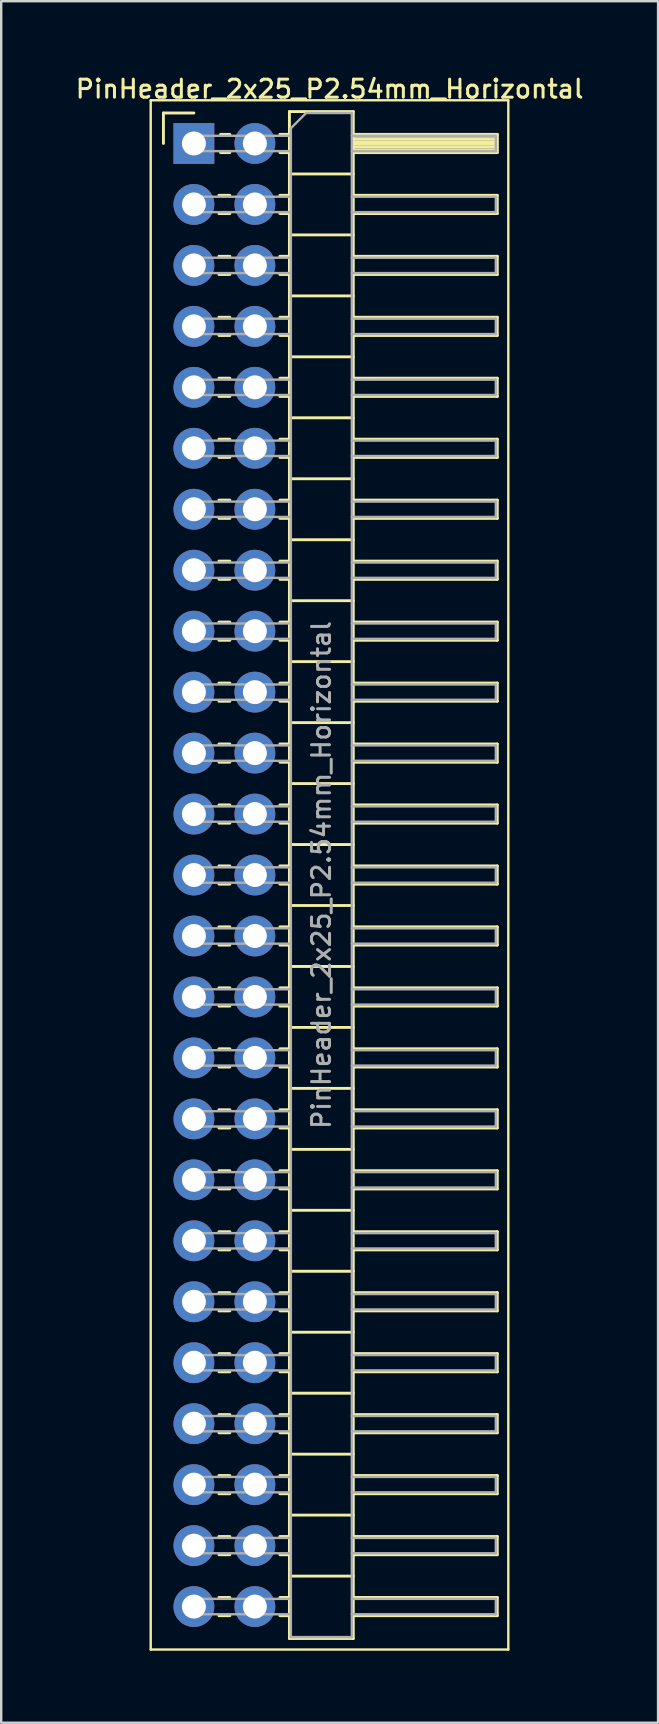
<source format=kicad_pcb>
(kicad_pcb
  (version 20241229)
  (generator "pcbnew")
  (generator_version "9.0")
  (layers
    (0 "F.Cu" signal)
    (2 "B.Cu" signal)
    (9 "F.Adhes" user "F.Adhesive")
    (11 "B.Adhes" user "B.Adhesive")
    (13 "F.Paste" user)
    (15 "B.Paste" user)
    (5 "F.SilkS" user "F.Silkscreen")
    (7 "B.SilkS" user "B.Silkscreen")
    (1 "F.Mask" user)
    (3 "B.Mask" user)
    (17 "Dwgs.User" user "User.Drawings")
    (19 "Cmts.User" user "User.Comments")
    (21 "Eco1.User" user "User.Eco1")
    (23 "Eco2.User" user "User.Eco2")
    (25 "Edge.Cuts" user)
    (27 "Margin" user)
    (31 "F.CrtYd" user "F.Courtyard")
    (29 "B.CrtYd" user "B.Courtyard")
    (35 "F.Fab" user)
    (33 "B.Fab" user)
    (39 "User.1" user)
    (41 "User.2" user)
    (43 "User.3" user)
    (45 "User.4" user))
  (footprint "PinHeader_2x25_P2.54mm_Horizontal"
    (layer "F.Cu")
    (at 5.029 2.928)
    (property "Reference" "PinHeader_2x25_P2.54mm_Horizontal" (at 5.655 -2.27 0) (layer "F.SilkS") (effects (font (size 0.75 0.75) (thickness 0.125))))
    (attr through_hole)
    (fp_line (start -1.8 -1.8) (end -1.8 62.75) (stroke (width 0.1) (type solid)) (layer "F.SilkS"))
    (fp_line (start -1.8 62.75) (end 13.1 62.75) (stroke (width 0.1) (type solid)) (layer "F.SilkS"))
    (fp_line (start -1.27 -1.27) (end 0 -1.27) (stroke (width 0.12) (type solid)) (layer "F.SilkS"))
    (fp_line (start -1.27 0) (end -1.27 -1.27) (stroke (width 0.12) (type solid)) (layer "F.SilkS"))
    (fp_line (start 1.043 2.16) (end 1.497 2.16) (stroke (width 0.12) (type solid)) (layer "F.SilkS"))
    (fp_line (start 1.043 2.92) (end 1.497 2.92) (stroke (width 0.12) (type solid)) (layer "F.SilkS"))
    (fp_line (start 1.043 4.7) (end 1.497 4.7) (stroke (width 0.12) (type solid)) (layer "F.SilkS"))
    (fp_line (start 1.043 5.46) (end 1.497 5.46) (stroke (width 0.12) (type solid)) (layer "F.SilkS"))
    (fp_line (start 1.043 7.24) (end 1.497 7.24) (stroke (width 0.12) (type solid)) (layer "F.SilkS"))
    (fp_line (start 1.043 8) (end 1.497 8) (stroke (width 0.12) (type solid)) (layer "F.SilkS"))
    (fp_line (start 1.043 9.78) (end 1.497 9.78) (stroke (width 0.12) (type solid)) (layer "F.SilkS"))
    (fp_line (start 1.043 10.54) (end 1.497 10.54) (stroke (width 0.12) (type solid)) (layer "F.SilkS"))
    (fp_line (start 1.043 12.32) (end 1.497 12.32) (stroke (width 0.12) (type solid)) (layer "F.SilkS"))
    (fp_line (start 1.043 13.08) (end 1.497 13.08) (stroke (width 0.12) (type solid)) (layer "F.SilkS"))
    (fp_line (start 1.043 14.86) (end 1.497 14.86) (stroke (width 0.12) (type solid)) (layer "F.SilkS"))
    (fp_line (start 1.043 15.62) (end 1.497 15.62) (stroke (width 0.12) (type solid)) (layer "F.SilkS"))
    (fp_line (start 1.043 17.4) (end 1.497 17.4) (stroke (width 0.12) (type solid)) (layer "F.SilkS"))
    (fp_line (start 1.043 18.16) (end 1.497 18.16) (stroke (width 0.12) (type solid)) (layer "F.SilkS"))
    (fp_line (start 1.043 19.94) (end 1.497 19.94) (stroke (width 0.12) (type solid)) (layer "F.SilkS"))
    (fp_line (start 1.043 20.7) (end 1.497 20.7) (stroke (width 0.12) (type solid)) (layer "F.SilkS"))
    (fp_line (start 1.043 22.48) (end 1.497 22.48) (stroke (width 0.12) (type solid)) (layer "F.SilkS"))
    (fp_line (start 1.043 23.24) (end 1.497 23.24) (stroke (width 0.12) (type solid)) (layer "F.SilkS"))
    (fp_line (start 1.043 25.02) (end 1.497 25.02) (stroke (width 0.12) (type solid)) (layer "F.SilkS"))
    (fp_line (start 1.043 25.78) (end 1.497 25.78) (stroke (width 0.12) (type solid)) (layer "F.SilkS"))
    (fp_line (start 1.043 27.56) (end 1.497 27.56) (stroke (width 0.12) (type solid)) (layer "F.SilkS"))
    (fp_line (start 1.043 28.32) (end 1.497 28.32) (stroke (width 0.12) (type solid)) (layer "F.SilkS"))
    (fp_line (start 1.043 30.1) (end 1.497 30.1) (stroke (width 0.12) (type solid)) (layer "F.SilkS"))
    (fp_line (start 1.043 30.86) (end 1.497 30.86) (stroke (width 0.12) (type solid)) (layer "F.SilkS"))
    (fp_line (start 1.043 32.64) (end 1.497 32.64) (stroke (width 0.12) (type solid)) (layer "F.SilkS"))
    (fp_line (start 1.043 33.4) (end 1.497 33.4) (stroke (width 0.12) (type solid)) (layer "F.SilkS"))
    (fp_line (start 1.043 35.18) (end 1.497 35.18) (stroke (width 0.12) (type solid)) (layer "F.SilkS"))
    (fp_line (start 1.043 35.94) (end 1.497 35.94) (stroke (width 0.12) (type solid)) (layer "F.SilkS"))
    (fp_line (start 1.043 37.72) (end 1.497 37.72) (stroke (width 0.12) (type solid)) (layer "F.SilkS"))
    (fp_line (start 1.043 38.48) (end 1.497 38.48) (stroke (width 0.12) (type solid)) (layer "F.SilkS"))
    (fp_line (start 1.043 40.26) (end 1.497 40.26) (stroke (width 0.12) (type solid)) (layer "F.SilkS"))
    (fp_line (start 1.043 41.02) (end 1.497 41.02) (stroke (width 0.12) (type solid)) (layer "F.SilkS"))
    (fp_line (start 1.043 42.8) (end 1.497 42.8) (stroke (width 0.12) (type solid)) (layer "F.SilkS"))
    (fp_line (start 1.043 43.56) (end 1.497 43.56) (stroke (width 0.12) (type solid)) (layer "F.SilkS"))
    (fp_line (start 1.043 45.34) (end 1.497 45.34) (stroke (width 0.12) (type solid)) (layer "F.SilkS"))
    (fp_line (start 1.043 46.1) (end 1.497 46.1) (stroke (width 0.12) (type solid)) (layer "F.SilkS"))
    (fp_line (start 1.043 47.88) (end 1.497 47.88) (stroke (width 0.12) (type solid)) (layer "F.SilkS"))
    (fp_line (start 1.043 48.64) (end 1.497 48.64) (stroke (width 0.12) (type solid)) (layer "F.SilkS"))
    (fp_line (start 1.043 50.42) (end 1.497 50.42) (stroke (width 0.12) (type solid)) (layer "F.SilkS"))
    (fp_line (start 1.043 51.18) (end 1.497 51.18) (stroke (width 0.12) (type solid)) (layer "F.SilkS"))
    (fp_line (start 1.043 52.96) (end 1.497 52.96) (stroke (width 0.12) (type solid)) (layer "F.SilkS"))
    (fp_line (start 1.043 53.72) (end 1.497 53.72) (stroke (width 0.12) (type solid)) (layer "F.SilkS"))
    (fp_line (start 1.043 55.5) (end 1.497 55.5) (stroke (width 0.12) (type solid)) (layer "F.SilkS"))
    (fp_line (start 1.043 56.26) (end 1.497 56.26) (stroke (width 0.12) (type solid)) (layer "F.SilkS"))
    (fp_line (start 1.043 58.04) (end 1.497 58.04) (stroke (width 0.12) (type solid)) (layer "F.SilkS"))
    (fp_line (start 1.043 58.8) (end 1.497 58.8) (stroke (width 0.12) (type solid)) (layer "F.SilkS"))
    (fp_line (start 1.043 60.58) (end 1.497 60.58) (stroke (width 0.12) (type solid)) (layer "F.SilkS"))
    (fp_line (start 1.043 61.34) (end 1.497 61.34) (stroke (width 0.12) (type solid)) (layer "F.SilkS"))
    (fp_line (start 1.11 -0.38) (end 1.497 -0.38) (stroke (width 0.12) (type solid)) (layer "F.SilkS"))
    (fp_line (start 1.11 0.38) (end 1.497 0.38) (stroke (width 0.12) (type solid)) (layer "F.SilkS"))
    (fp_line (start 3.583 -0.38) (end 3.98 -0.38) (stroke (width 0.12) (type solid)) (layer "F.SilkS"))
    (fp_line (start 3.583 0.38) (end 3.98 0.38) (stroke (width 0.12) (type solid)) (layer "F.SilkS"))
    (fp_line (start 3.583 2.16) (end 3.98 2.16) (stroke (width 0.12) (type solid)) (layer "F.SilkS"))
    (fp_line (start 3.583 2.92) (end 3.98 2.92) (stroke (width 0.12) (type solid)) (layer "F.SilkS"))
    (fp_line (start 3.583 4.7) (end 3.98 4.7) (stroke (width 0.12) (type solid)) (layer "F.SilkS"))
    (fp_line (start 3.583 5.46) (end 3.98 5.46) (stroke (width 0.12) (type solid)) (layer "F.SilkS"))
    (fp_line (start 3.583 7.24) (end 3.98 7.24) (stroke (width 0.12) (type solid)) (layer "F.SilkS"))
    (fp_line (start 3.583 8) (end 3.98 8) (stroke (width 0.12) (type solid)) (layer "F.SilkS"))
    (fp_line (start 3.583 9.78) (end 3.98 9.78) (stroke (width 0.12) (type solid)) (layer "F.SilkS"))
    (fp_line (start 3.583 10.54) (end 3.98 10.54) (stroke (width 0.12) (type solid)) (layer "F.SilkS"))
    (fp_line (start 3.583 12.32) (end 3.98 12.32) (stroke (width 0.12) (type solid)) (layer "F.SilkS"))
    (fp_line (start 3.583 13.08) (end 3.98 13.08) (stroke (width 0.12) (type solid)) (layer "F.SilkS"))
    (fp_line (start 3.583 14.86) (end 3.98 14.86) (stroke (width 0.12) (type solid)) (layer "F.SilkS"))
    (fp_line (start 3.583 15.62) (end 3.98 15.62) (stroke (width 0.12) (type solid)) (layer "F.SilkS"))
    (fp_line (start 3.583 17.4) (end 3.98 17.4) (stroke (width 0.12) (type solid)) (layer "F.SilkS"))
    (fp_line (start 3.583 18.16) (end 3.98 18.16) (stroke (width 0.12) (type solid)) (layer "F.SilkS"))
    (fp_line (start 3.583 19.94) (end 3.98 19.94) (stroke (width 0.12) (type solid)) (layer "F.SilkS"))
    (fp_line (start 3.583 20.7) (end 3.98 20.7) (stroke (width 0.12) (type solid)) (layer "F.SilkS"))
    (fp_line (start 3.583 22.48) (end 3.98 22.48) (stroke (width 0.12) (type solid)) (layer "F.SilkS"))
    (fp_line (start 3.583 23.24) (end 3.98 23.24) (stroke (width 0.12) (type solid)) (layer "F.SilkS"))
    (fp_line (start 3.583 25.02) (end 3.98 25.02) (stroke (width 0.12) (type solid)) (layer "F.SilkS"))
    (fp_line (start 3.583 25.78) (end 3.98 25.78) (stroke (width 0.12) (type solid)) (layer "F.SilkS"))
    (fp_line (start 3.583 27.56) (end 3.98 27.56) (stroke (width 0.12) (type solid)) (layer "F.SilkS"))
    (fp_line (start 3.583 28.32) (end 3.98 28.32) (stroke (width 0.12) (type solid)) (layer "F.SilkS"))
    (fp_line (start 3.583 30.1) (end 3.98 30.1) (stroke (width 0.12) (type solid)) (layer "F.SilkS"))
    (fp_line (start 3.583 30.86) (end 3.98 30.86) (stroke (width 0.12) (type solid)) (layer "F.SilkS"))
    (fp_line (start 3.583 32.64) (end 3.98 32.64) (stroke (width 0.12) (type solid)) (layer "F.SilkS"))
    (fp_line (start 3.583 33.4) (end 3.98 33.4) (stroke (width 0.12) (type solid)) (layer "F.SilkS"))
    (fp_line (start 3.583 35.18) (end 3.98 35.18) (stroke (width 0.12) (type solid)) (layer "F.SilkS"))
    (fp_line (start 3.583 35.94) (end 3.98 35.94) (stroke (width 0.12) (type solid)) (layer "F.SilkS"))
    (fp_line (start 3.583 37.72) (end 3.98 37.72) (stroke (width 0.12) (type solid)) (layer "F.SilkS"))
    (fp_line (start 3.583 38.48) (end 3.98 38.48) (stroke (width 0.12) (type solid)) (layer "F.SilkS"))
    (fp_line (start 3.583 40.26) (end 3.98 40.26) (stroke (width 0.12) (type solid)) (layer "F.SilkS"))
    (fp_line (start 3.583 41.02) (end 3.98 41.02) (stroke (width 0.12) (type solid)) (layer "F.SilkS"))
    (fp_line (start 3.583 42.8) (end 3.98 42.8) (stroke (width 0.12) (type solid)) (layer "F.SilkS"))
    (fp_line (start 3.583 43.56) (end 3.98 43.56) (stroke (width 0.12) (type solid)) (layer "F.SilkS"))
    (fp_line (start 3.583 45.34) (end 3.98 45.34) (stroke (width 0.12) (type solid)) (layer "F.SilkS"))
    (fp_line (start 3.583 46.1) (end 3.98 46.1) (stroke (width 0.12) (type solid)) (layer "F.SilkS"))
    (fp_line (start 3.583 47.88) (end 3.98 47.88) (stroke (width 0.12) (type solid)) (layer "F.SilkS"))
    (fp_line (start 3.583 48.64) (end 3.98 48.64) (stroke (width 0.12) (type solid)) (layer "F.SilkS"))
    (fp_line (start 3.583 50.42) (end 3.98 50.42) (stroke (width 0.12) (type solid)) (layer "F.SilkS"))
    (fp_line (start 3.583 51.18) (end 3.98 51.18) (stroke (width 0.12) (type solid)) (layer "F.SilkS"))
    (fp_line (start 3.583 52.96) (end 3.98 52.96) (stroke (width 0.12) (type solid)) (layer "F.SilkS"))
    (fp_line (start 3.583 53.72) (end 3.98 53.72) (stroke (width 0.12) (type solid)) (layer "F.SilkS"))
    (fp_line (start 3.583 55.5) (end 3.98 55.5) (stroke (width 0.12) (type solid)) (layer "F.SilkS"))
    (fp_line (start 3.583 56.26) (end 3.98 56.26) (stroke (width 0.12) (type solid)) (layer "F.SilkS"))
    (fp_line (start 3.583 58.04) (end 3.98 58.04) (stroke (width 0.12) (type solid)) (layer "F.SilkS"))
    (fp_line (start 3.583 58.8) (end 3.98 58.8) (stroke (width 0.12) (type solid)) (layer "F.SilkS"))
    (fp_line (start 3.583 60.58) (end 3.98 60.58) (stroke (width 0.12) (type solid)) (layer "F.SilkS"))
    (fp_line (start 3.583 61.34) (end 3.98 61.34) (stroke (width 0.12) (type solid)) (layer "F.SilkS"))
    (fp_line (start 3.98 -1.33) (end 3.98 62.29) (stroke (width 0.12) (type solid)) (layer "F.SilkS"))
    (fp_line (start 3.98 1.27) (end 6.64 1.27) (stroke (width 0.12) (type solid)) (layer "F.SilkS"))
    (fp_line (start 3.98 3.81) (end 6.64 3.81) (stroke (width 0.12) (type solid)) (layer "F.SilkS"))
    (fp_line (start 3.98 6.35) (end 6.64 6.35) (stroke (width 0.12) (type solid)) (layer "F.SilkS"))
    (fp_line (start 3.98 8.89) (end 6.64 8.89) (stroke (width 0.12) (type solid)) (layer "F.SilkS"))
    (fp_line (start 3.98 11.43) (end 6.64 11.43) (stroke (width 0.12) (type solid)) (layer "F.SilkS"))
    (fp_line (start 3.98 13.97) (end 6.64 13.97) (stroke (width 0.12) (type solid)) (layer "F.SilkS"))
    (fp_line (start 3.98 16.51) (end 6.64 16.51) (stroke (width 0.12) (type solid)) (layer "F.SilkS"))
    (fp_line (start 3.98 19.05) (end 6.64 19.05) (stroke (width 0.12) (type solid)) (layer "F.SilkS"))
    (fp_line (start 3.98 21.59) (end 6.64 21.59) (stroke (width 0.12) (type solid)) (layer "F.SilkS"))
    (fp_line (start 3.98 24.13) (end 6.64 24.13) (stroke (width 0.12) (type solid)) (layer "F.SilkS"))
    (fp_line (start 3.98 26.67) (end 6.64 26.67) (stroke (width 0.12) (type solid)) (layer "F.SilkS"))
    (fp_line (start 3.98 29.21) (end 6.64 29.21) (stroke (width 0.12) (type solid)) (layer "F.SilkS"))
    (fp_line (start 3.98 31.75) (end 6.64 31.75) (stroke (width 0.12) (type solid)) (layer "F.SilkS"))
    (fp_line (start 3.98 34.29) (end 6.64 34.29) (stroke (width 0.12) (type solid)) (layer "F.SilkS"))
    (fp_line (start 3.98 36.83) (end 6.64 36.83) (stroke (width 0.12) (type solid)) (layer "F.SilkS"))
    (fp_line (start 3.98 39.37) (end 6.64 39.37) (stroke (width 0.12) (type solid)) (layer "F.SilkS"))
    (fp_line (start 3.98 41.91) (end 6.64 41.91) (stroke (width 0.12) (type solid)) (layer "F.SilkS"))
    (fp_line (start 3.98 44.45) (end 6.64 44.45) (stroke (width 0.12) (type solid)) (layer "F.SilkS"))
    (fp_line (start 3.98 46.99) (end 6.64 46.99) (stroke (width 0.12) (type solid)) (layer "F.SilkS"))
    (fp_line (start 3.98 49.53) (end 6.64 49.53) (stroke (width 0.12) (type solid)) (layer "F.SilkS"))
    (fp_line (start 3.98 52.07) (end 6.64 52.07) (stroke (width 0.12) (type solid)) (layer "F.SilkS"))
    (fp_line (start 3.98 54.61) (end 6.64 54.61) (stroke (width 0.12) (type solid)) (layer "F.SilkS"))
    (fp_line (start 3.98 57.15) (end 6.64 57.15) (stroke (width 0.12) (type solid)) (layer "F.SilkS"))
    (fp_line (start 3.98 59.69) (end 6.64 59.69) (stroke (width 0.12) (type solid)) (layer "F.SilkS"))
    (fp_line (start 3.98 62.29) (end 6.64 62.29) (stroke (width 0.12) (type solid)) (layer "F.SilkS"))
    (fp_line (start 6.64 -1.33) (end 3.98 -1.33) (stroke (width 0.12) (type solid)) (layer "F.SilkS"))
    (fp_line (start 6.64 -0.38) (end 12.64 -0.38) (stroke (width 0.12) (type solid)) (layer "F.SilkS"))
    (fp_line (start 6.64 -0.32) (end 12.64 -0.32) (stroke (width 0.12) (type solid)) (layer "F.SilkS"))
    (fp_line (start 6.64 -0.2) (end 12.64 -0.2) (stroke (width 0.12) (type solid)) (layer "F.SilkS"))
    (fp_line (start 6.64 -0.08) (end 12.64 -0.08) (stroke (width 0.12) (type solid)) (layer "F.SilkS"))
    (fp_line (start 6.64 0.04) (end 12.64 0.04) (stroke (width 0.12) (type solid)) (layer "F.SilkS"))
    (fp_line (start 6.64 0.16) (end 12.64 0.16) (stroke (width 0.12) (type solid)) (layer "F.SilkS"))
    (fp_line (start 6.64 0.28) (end 12.64 0.28) (stroke (width 0.12) (type solid)) (layer "F.SilkS"))
    (fp_line (start 6.64 2.16) (end 12.64 2.16) (stroke (width 0.12) (type solid)) (layer "F.SilkS"))
    (fp_line (start 6.64 4.7) (end 12.64 4.7) (stroke (width 0.12) (type solid)) (layer "F.SilkS"))
    (fp_line (start 6.64 7.24) (end 12.64 7.24) (stroke (width 0.12) (type solid)) (layer "F.SilkS"))
    (fp_line (start 6.64 9.78) (end 12.64 9.78) (stroke (width 0.12) (type solid)) (layer "F.SilkS"))
    (fp_line (start 6.64 12.32) (end 12.64 12.32) (stroke (width 0.12) (type solid)) (layer "F.SilkS"))
    (fp_line (start 6.64 14.86) (end 12.64 14.86) (stroke (width 0.12) (type solid)) (layer "F.SilkS"))
    (fp_line (start 6.64 17.4) (end 12.64 17.4) (stroke (width 0.12) (type solid)) (layer "F.SilkS"))
    (fp_line (start 6.64 19.94) (end 12.64 19.94) (stroke (width 0.12) (type solid)) (layer "F.SilkS"))
    (fp_line (start 6.64 22.48) (end 12.64 22.48) (stroke (width 0.12) (type solid)) (layer "F.SilkS"))
    (fp_line (start 6.64 25.02) (end 12.64 25.02) (stroke (width 0.12) (type solid)) (layer "F.SilkS"))
    (fp_line (start 6.64 27.56) (end 12.64 27.56) (stroke (width 0.12) (type solid)) (layer "F.SilkS"))
    (fp_line (start 6.64 30.1) (end 12.64 30.1) (stroke (width 0.12) (type solid)) (layer "F.SilkS"))
    (fp_line (start 6.64 32.64) (end 12.64 32.64) (stroke (width 0.12) (type solid)) (layer "F.SilkS"))
    (fp_line (start 6.64 35.18) (end 12.64 35.18) (stroke (width 0.12) (type solid)) (layer "F.SilkS"))
    (fp_line (start 6.64 37.72) (end 12.64 37.72) (stroke (width 0.12) (type solid)) (layer "F.SilkS"))
    (fp_line (start 6.64 40.26) (end 12.64 40.26) (stroke (width 0.12) (type solid)) (layer "F.SilkS"))
    (fp_line (start 6.64 42.8) (end 12.64 42.8) (stroke (width 0.12) (type solid)) (layer "F.SilkS"))
    (fp_line (start 6.64 45.34) (end 12.64 45.34) (stroke (width 0.12) (type solid)) (layer "F.SilkS"))
    (fp_line (start 6.64 47.88) (end 12.64 47.88) (stroke (width 0.12) (type solid)) (layer "F.SilkS"))
    (fp_line (start 6.64 50.42) (end 12.64 50.42) (stroke (width 0.12) (type solid)) (layer "F.SilkS"))
    (fp_line (start 6.64 52.96) (end 12.64 52.96) (stroke (width 0.12) (type solid)) (layer "F.SilkS"))
    (fp_line (start 6.64 55.5) (end 12.64 55.5) (stroke (width 0.12) (type solid)) (layer "F.SilkS"))
    (fp_line (start 6.64 58.04) (end 12.64 58.04) (stroke (width 0.12) (type solid)) (layer "F.SilkS"))
    (fp_line (start 6.64 60.58) (end 12.64 60.58) (stroke (width 0.12) (type solid)) (layer "F.SilkS"))
    (fp_line (start 6.64 62.29) (end 6.64 -1.33) (stroke (width 0.12) (type solid)) (layer "F.SilkS"))
    (fp_line (start 12.64 -0.38) (end 12.64 0.38) (stroke (width 0.12) (type solid)) (layer "F.SilkS"))
    (fp_line (start 12.64 0.38) (end 6.64 0.38) (stroke (width 0.12) (type solid)) (layer "F.SilkS"))
    (fp_line (start 12.64 2.16) (end 12.64 2.92) (stroke (width 0.12) (type solid)) (layer "F.SilkS"))
    (fp_line (start 12.64 2.92) (end 6.64 2.92) (stroke (width 0.12) (type solid)) (layer "F.SilkS"))
    (fp_line (start 12.64 4.7) (end 12.64 5.46) (stroke (width 0.12) (type solid)) (layer "F.SilkS"))
    (fp_line (start 12.64 5.46) (end 6.64 5.46) (stroke (width 0.12) (type solid)) (layer "F.SilkS"))
    (fp_line (start 12.64 7.24) (end 12.64 8) (stroke (width 0.12) (type solid)) (layer "F.SilkS"))
    (fp_line (start 12.64 8) (end 6.64 8) (stroke (width 0.12) (type solid)) (layer "F.SilkS"))
    (fp_line (start 12.64 9.78) (end 12.64 10.54) (stroke (width 0.12) (type solid)) (layer "F.SilkS"))
    (fp_line (start 12.64 10.54) (end 6.64 10.54) (stroke (width 0.12) (type solid)) (layer "F.SilkS"))
    (fp_line (start 12.64 12.32) (end 12.64 13.08) (stroke (width 0.12) (type solid)) (layer "F.SilkS"))
    (fp_line (start 12.64 13.08) (end 6.64 13.08) (stroke (width 0.12) (type solid)) (layer "F.SilkS"))
    (fp_line (start 12.64 14.86) (end 12.64 15.62) (stroke (width 0.12) (type solid)) (layer "F.SilkS"))
    (fp_line (start 12.64 15.62) (end 6.64 15.62) (stroke (width 0.12) (type solid)) (layer "F.SilkS"))
    (fp_line (start 12.64 17.4) (end 12.64 18.16) (stroke (width 0.12) (type solid)) (layer "F.SilkS"))
    (fp_line (start 12.64 18.16) (end 6.64 18.16) (stroke (width 0.12) (type solid)) (layer "F.SilkS"))
    (fp_line (start 12.64 19.94) (end 12.64 20.7) (stroke (width 0.12) (type solid)) (layer "F.SilkS"))
    (fp_line (start 12.64 20.7) (end 6.64 20.7) (stroke (width 0.12) (type solid)) (layer "F.SilkS"))
    (fp_line (start 12.64 22.48) (end 12.64 23.24) (stroke (width 0.12) (type solid)) (layer "F.SilkS"))
    (fp_line (start 12.64 23.24) (end 6.64 23.24) (stroke (width 0.12) (type solid)) (layer "F.SilkS"))
    (fp_line (start 12.64 25.02) (end 12.64 25.78) (stroke (width 0.12) (type solid)) (layer "F.SilkS"))
    (fp_line (start 12.64 25.78) (end 6.64 25.78) (stroke (width 0.12) (type solid)) (layer "F.SilkS"))
    (fp_line (start 12.64 27.56) (end 12.64 28.32) (stroke (width 0.12) (type solid)) (layer "F.SilkS"))
    (fp_line (start 12.64 28.32) (end 6.64 28.32) (stroke (width 0.12) (type solid)) (layer "F.SilkS"))
    (fp_line (start 12.64 30.1) (end 12.64 30.86) (stroke (width 0.12) (type solid)) (layer "F.SilkS"))
    (fp_line (start 12.64 30.86) (end 6.64 30.86) (stroke (width 0.12) (type solid)) (layer "F.SilkS"))
    (fp_line (start 12.64 32.64) (end 12.64 33.4) (stroke (width 0.12) (type solid)) (layer "F.SilkS"))
    (fp_line (start 12.64 33.4) (end 6.64 33.4) (stroke (width 0.12) (type solid)) (layer "F.SilkS"))
    (fp_line (start 12.64 35.18) (end 12.64 35.94) (stroke (width 0.12) (type solid)) (layer "F.SilkS"))
    (fp_line (start 12.64 35.94) (end 6.64 35.94) (stroke (width 0.12) (type solid)) (layer "F.SilkS"))
    (fp_line (start 12.64 37.72) (end 12.64 38.48) (stroke (width 0.12) (type solid)) (layer "F.SilkS"))
    (fp_line (start 12.64 38.48) (end 6.64 38.48) (stroke (width 0.12) (type solid)) (layer "F.SilkS"))
    (fp_line (start 12.64 40.26) (end 12.64 41.02) (stroke (width 0.12) (type solid)) (layer "F.SilkS"))
    (fp_line (start 12.64 41.02) (end 6.64 41.02) (stroke (width 0.12) (type solid)) (layer "F.SilkS"))
    (fp_line (start 12.64 42.8) (end 12.64 43.56) (stroke (width 0.12) (type solid)) (layer "F.SilkS"))
    (fp_line (start 12.64 43.56) (end 6.64 43.56) (stroke (width 0.12) (type solid)) (layer "F.SilkS"))
    (fp_line (start 12.64 45.34) (end 12.64 46.1) (stroke (width 0.12) (type solid)) (layer "F.SilkS"))
    (fp_line (start 12.64 46.1) (end 6.64 46.1) (stroke (width 0.12) (type solid)) (layer "F.SilkS"))
    (fp_line (start 12.64 47.88) (end 12.64 48.64) (stroke (width 0.12) (type solid)) (layer "F.SilkS"))
    (fp_line (start 12.64 48.64) (end 6.64 48.64) (stroke (width 0.12) (type solid)) (layer "F.SilkS"))
    (fp_line (start 12.64 50.42) (end 12.64 51.18) (stroke (width 0.12) (type solid)) (layer "F.SilkS"))
    (fp_line (start 12.64 51.18) (end 6.64 51.18) (stroke (width 0.12) (type solid)) (layer "F.SilkS"))
    (fp_line (start 12.64 52.96) (end 12.64 53.72) (stroke (width 0.12) (type solid)) (layer "F.SilkS"))
    (fp_line (start 12.64 53.72) (end 6.64 53.72) (stroke (width 0.12) (type solid)) (layer "F.SilkS"))
    (fp_line (start 12.64 55.5) (end 12.64 56.26) (stroke (width 0.12) (type solid)) (layer "F.SilkS"))
    (fp_line (start 12.64 56.26) (end 6.64 56.26) (stroke (width 0.12) (type solid)) (layer "F.SilkS"))
    (fp_line (start 12.64 58.04) (end 12.64 58.8) (stroke (width 0.12) (type solid)) (layer "F.SilkS"))
    (fp_line (start 12.64 58.8) (end 6.64 58.8) (stroke (width 0.12) (type solid)) (layer "F.SilkS"))
    (fp_line (start 12.64 60.58) (end 12.64 61.34) (stroke (width 0.12) (type solid)) (layer "F.SilkS"))
    (fp_line (start 12.64 61.34) (end 6.64 61.34) (stroke (width 0.12) (type solid)) (layer "F.SilkS"))
    (fp_line (start 13.1 -1.8) (end -1.8 -1.8) (stroke (width 0.1) (type solid)) (layer "F.SilkS"))
    (fp_line (start 13.1 62.75) (end 13.1 -1.8) (stroke (width 0.1) (type solid)) (layer "F.SilkS"))
    (fp_line (start -0.32 -0.32) (end -0.32 0.32) (stroke (width 0.1) (type solid)) (layer "F.Fab"))
    (fp_line (start -0.32 -0.32) (end 4.04 -0.32) (stroke (width 0.1) (type solid)) (layer "F.Fab"))
    (fp_line (start -0.32 0.32) (end 4.04 0.32) (stroke (width 0.1) (type solid)) (layer "F.Fab"))
    (fp_line (start -0.32 2.22) (end -0.32 2.86) (stroke (width 0.1) (type solid)) (layer "F.Fab"))
    (fp_line (start -0.32 2.22) (end 4.04 2.22) (stroke (width 0.1) (type solid)) (layer "F.Fab"))
    (fp_line (start -0.32 2.86) (end 4.04 2.86) (stroke (width 0.1) (type solid)) (layer "F.Fab"))
    (fp_line (start -0.32 4.76) (end -0.32 5.4) (stroke (width 0.1) (type solid)) (layer "F.Fab"))
    (fp_line (start -0.32 4.76) (end 4.04 4.76) (stroke (width 0.1) (type solid)) (layer "F.Fab"))
    (fp_line (start -0.32 5.4) (end 4.04 5.4) (stroke (width 0.1) (type solid)) (layer "F.Fab"))
    (fp_line (start -0.32 7.3) (end -0.32 7.94) (stroke (width 0.1) (type solid)) (layer "F.Fab"))
    (fp_line (start -0.32 7.3) (end 4.04 7.3) (stroke (width 0.1) (type solid)) (layer "F.Fab"))
    (fp_line (start -0.32 7.94) (end 4.04 7.94) (stroke (width 0.1) (type solid)) (layer "F.Fab"))
    (fp_line (start -0.32 9.84) (end -0.32 10.48) (stroke (width 0.1) (type solid)) (layer "F.Fab"))
    (fp_line (start -0.32 9.84) (end 4.04 9.84) (stroke (width 0.1) (type solid)) (layer "F.Fab"))
    (fp_line (start -0.32 10.48) (end 4.04 10.48) (stroke (width 0.1) (type solid)) (layer "F.Fab"))
    (fp_line (start -0.32 12.38) (end -0.32 13.02) (stroke (width 0.1) (type solid)) (layer "F.Fab"))
    (fp_line (start -0.32 12.38) (end 4.04 12.38) (stroke (width 0.1) (type solid)) (layer "F.Fab"))
    (fp_line (start -0.32 13.02) (end 4.04 13.02) (stroke (width 0.1) (type solid)) (layer "F.Fab"))
    (fp_line (start -0.32 14.92) (end -0.32 15.56) (stroke (width 0.1) (type solid)) (layer "F.Fab"))
    (fp_line (start -0.32 14.92) (end 4.04 14.92) (stroke (width 0.1) (type solid)) (layer "F.Fab"))
    (fp_line (start -0.32 15.56) (end 4.04 15.56) (stroke (width 0.1) (type solid)) (layer "F.Fab"))
    (fp_line (start -0.32 17.46) (end -0.32 18.1) (stroke (width 0.1) (type solid)) (layer "F.Fab"))
    (fp_line (start -0.32 17.46) (end 4.04 17.46) (stroke (width 0.1) (type solid)) (layer "F.Fab"))
    (fp_line (start -0.32 18.1) (end 4.04 18.1) (stroke (width 0.1) (type solid)) (layer "F.Fab"))
    (fp_line (start -0.32 20) (end -0.32 20.64) (stroke (width 0.1) (type solid)) (layer "F.Fab"))
    (fp_line (start -0.32 20) (end 4.04 20) (stroke (width 0.1) (type solid)) (layer "F.Fab"))
    (fp_line (start -0.32 20.64) (end 4.04 20.64) (stroke (width 0.1) (type solid)) (layer "F.Fab"))
    (fp_line (start -0.32 22.54) (end -0.32 23.18) (stroke (width 0.1) (type solid)) (layer "F.Fab"))
    (fp_line (start -0.32 22.54) (end 4.04 22.54) (stroke (width 0.1) (type solid)) (layer "F.Fab"))
    (fp_line (start -0.32 23.18) (end 4.04 23.18) (stroke (width 0.1) (type solid)) (layer "F.Fab"))
    (fp_line (start -0.32 25.08) (end -0.32 25.72) (stroke (width 0.1) (type solid)) (layer "F.Fab"))
    (fp_line (start -0.32 25.08) (end 4.04 25.08) (stroke (width 0.1) (type solid)) (layer "F.Fab"))
    (fp_line (start -0.32 25.72) (end 4.04 25.72) (stroke (width 0.1) (type solid)) (layer "F.Fab"))
    (fp_line (start -0.32 27.62) (end -0.32 28.26) (stroke (width 0.1) (type solid)) (layer "F.Fab"))
    (fp_line (start -0.32 27.62) (end 4.04 27.62) (stroke (width 0.1) (type solid)) (layer "F.Fab"))
    (fp_line (start -0.32 28.26) (end 4.04 28.26) (stroke (width 0.1) (type solid)) (layer "F.Fab"))
    (fp_line (start -0.32 30.16) (end -0.32 30.8) (stroke (width 0.1) (type solid)) (layer "F.Fab"))
    (fp_line (start -0.32 30.16) (end 4.04 30.16) (stroke (width 0.1) (type solid)) (layer "F.Fab"))
    (fp_line (start -0.32 30.8) (end 4.04 30.8) (stroke (width 0.1) (type solid)) (layer "F.Fab"))
    (fp_line (start -0.32 32.7) (end -0.32 33.34) (stroke (width 0.1) (type solid)) (layer "F.Fab"))
    (fp_line (start -0.32 32.7) (end 4.04 32.7) (stroke (width 0.1) (type solid)) (layer "F.Fab"))
    (fp_line (start -0.32 33.34) (end 4.04 33.34) (stroke (width 0.1) (type solid)) (layer "F.Fab"))
    (fp_line (start -0.32 35.24) (end -0.32 35.88) (stroke (width 0.1) (type solid)) (layer "F.Fab"))
    (fp_line (start -0.32 35.24) (end 4.04 35.24) (stroke (width 0.1) (type solid)) (layer "F.Fab"))
    (fp_line (start -0.32 35.88) (end 4.04 35.88) (stroke (width 0.1) (type solid)) (layer "F.Fab"))
    (fp_line (start -0.32 37.78) (end -0.32 38.42) (stroke (width 0.1) (type solid)) (layer "F.Fab"))
    (fp_line (start -0.32 37.78) (end 4.04 37.78) (stroke (width 0.1) (type solid)) (layer "F.Fab"))
    (fp_line (start -0.32 38.42) (end 4.04 38.42) (stroke (width 0.1) (type solid)) (layer "F.Fab"))
    (fp_line (start -0.32 40.32) (end -0.32 40.96) (stroke (width 0.1) (type solid)) (layer "F.Fab"))
    (fp_line (start -0.32 40.32) (end 4.04 40.32) (stroke (width 0.1) (type solid)) (layer "F.Fab"))
    (fp_line (start -0.32 40.96) (end 4.04 40.96) (stroke (width 0.1) (type solid)) (layer "F.Fab"))
    (fp_line (start -0.32 42.86) (end -0.32 43.5) (stroke (width 0.1) (type solid)) (layer "F.Fab"))
    (fp_line (start -0.32 42.86) (end 4.04 42.86) (stroke (width 0.1) (type solid)) (layer "F.Fab"))
    (fp_line (start -0.32 43.5) (end 4.04 43.5) (stroke (width 0.1) (type solid)) (layer "F.Fab"))
    (fp_line (start -0.32 45.4) (end -0.32 46.04) (stroke (width 0.1) (type solid)) (layer "F.Fab"))
    (fp_line (start -0.32 45.4) (end 4.04 45.4) (stroke (width 0.1) (type solid)) (layer "F.Fab"))
    (fp_line (start -0.32 46.04) (end 4.04 46.04) (stroke (width 0.1) (type solid)) (layer "F.Fab"))
    (fp_line (start -0.32 47.94) (end -0.32 48.58) (stroke (width 0.1) (type solid)) (layer "F.Fab"))
    (fp_line (start -0.32 47.94) (end 4.04 47.94) (stroke (width 0.1) (type solid)) (layer "F.Fab"))
    (fp_line (start -0.32 48.58) (end 4.04 48.58) (stroke (width 0.1) (type solid)) (layer "F.Fab"))
    (fp_line (start -0.32 50.48) (end -0.32 51.12) (stroke (width 0.1) (type solid)) (layer "F.Fab"))
    (fp_line (start -0.32 50.48) (end 4.04 50.48) (stroke (width 0.1) (type solid)) (layer "F.Fab"))
    (fp_line (start -0.32 51.12) (end 4.04 51.12) (stroke (width 0.1) (type solid)) (layer "F.Fab"))
    (fp_line (start -0.32 53.02) (end -0.32 53.66) (stroke (width 0.1) (type solid)) (layer "F.Fab"))
    (fp_line (start -0.32 53.02) (end 4.04 53.02) (stroke (width 0.1) (type solid)) (layer "F.Fab"))
    (fp_line (start -0.32 53.66) (end 4.04 53.66) (stroke (width 0.1) (type solid)) (layer "F.Fab"))
    (fp_line (start -0.32 55.56) (end -0.32 56.2) (stroke (width 0.1) (type solid)) (layer "F.Fab"))
    (fp_line (start -0.32 55.56) (end 4.04 55.56) (stroke (width 0.1) (type solid)) (layer "F.Fab"))
    (fp_line (start -0.32 56.2) (end 4.04 56.2) (stroke (width 0.1) (type solid)) (layer "F.Fab"))
    (fp_line (start -0.32 58.1) (end -0.32 58.74) (stroke (width 0.1) (type solid)) (layer "F.Fab"))
    (fp_line (start -0.32 58.1) (end 4.04 58.1) (stroke (width 0.1) (type solid)) (layer "F.Fab"))
    (fp_line (start -0.32 58.74) (end 4.04 58.74) (stroke (width 0.1) (type solid)) (layer "F.Fab"))
    (fp_line (start -0.32 60.64) (end -0.32 61.28) (stroke (width 0.1) (type solid)) (layer "F.Fab"))
    (fp_line (start -0.32 60.64) (end 4.04 60.64) (stroke (width 0.1) (type solid)) (layer "F.Fab"))
    (fp_line (start -0.32 61.28) (end 4.04 61.28) (stroke (width 0.1) (type solid)) (layer "F.Fab"))
    (fp_line (start 4.04 -0.635) (end 4.675 -1.27) (stroke (width 0.1) (type solid)) (layer "F.Fab"))
    (fp_line (start 4.04 62.23) (end 4.04 -0.635) (stroke (width 0.1) (type solid)) (layer "F.Fab"))
    (fp_line (start 4.675 -1.27) (end 6.58 -1.27) (stroke (width 0.1) (type solid)) (layer "F.Fab"))
    (fp_line (start 6.58 -1.27) (end 6.58 62.23) (stroke (width 0.1) (type solid)) (layer "F.Fab"))
    (fp_line (start 6.58 -0.32) (end 12.58 -0.32) (stroke (width 0.1) (type solid)) (layer "F.Fab"))
    (fp_line (start 6.58 0.32) (end 12.58 0.32) (stroke (width 0.1) (type solid)) (layer "F.Fab"))
    (fp_line (start 6.58 2.22) (end 12.58 2.22) (stroke (width 0.1) (type solid)) (layer "F.Fab"))
    (fp_line (start 6.58 2.86) (end 12.58 2.86) (stroke (width 0.1) (type solid)) (layer "F.Fab"))
    (fp_line (start 6.58 4.76) (end 12.58 4.76) (stroke (width 0.1) (type solid)) (layer "F.Fab"))
    (fp_line (start 6.58 5.4) (end 12.58 5.4) (stroke (width 0.1) (type solid)) (layer "F.Fab"))
    (fp_line (start 6.58 7.3) (end 12.58 7.3) (stroke (width 0.1) (type solid)) (layer "F.Fab"))
    (fp_line (start 6.58 7.94) (end 12.58 7.94) (stroke (width 0.1) (type solid)) (layer "F.Fab"))
    (fp_line (start 6.58 9.84) (end 12.58 9.84) (stroke (width 0.1) (type solid)) (layer "F.Fab"))
    (fp_line (start 6.58 10.48) (end 12.58 10.48) (stroke (width 0.1) (type solid)) (layer "F.Fab"))
    (fp_line (start 6.58 12.38) (end 12.58 12.38) (stroke (width 0.1) (type solid)) (layer "F.Fab"))
    (fp_line (start 6.58 13.02) (end 12.58 13.02) (stroke (width 0.1) (type solid)) (layer "F.Fab"))
    (fp_line (start 6.58 14.92) (end 12.58 14.92) (stroke (width 0.1) (type solid)) (layer "F.Fab"))
    (fp_line (start 6.58 15.56) (end 12.58 15.56) (stroke (width 0.1) (type solid)) (layer "F.Fab"))
    (fp_line (start 6.58 17.46) (end 12.58 17.46) (stroke (width 0.1) (type solid)) (layer "F.Fab"))
    (fp_line (start 6.58 18.1) (end 12.58 18.1) (stroke (width 0.1) (type solid)) (layer "F.Fab"))
    (fp_line (start 6.58 20) (end 12.58 20) (stroke (width 0.1) (type solid)) (layer "F.Fab"))
    (fp_line (start 6.58 20.64) (end 12.58 20.64) (stroke (width 0.1) (type solid)) (layer "F.Fab"))
    (fp_line (start 6.58 22.54) (end 12.58 22.54) (stroke (width 0.1) (type solid)) (layer "F.Fab"))
    (fp_line (start 6.58 23.18) (end 12.58 23.18) (stroke (width 0.1) (type solid)) (layer "F.Fab"))
    (fp_line (start 6.58 25.08) (end 12.58 25.08) (stroke (width 0.1) (type solid)) (layer "F.Fab"))
    (fp_line (start 6.58 25.72) (end 12.58 25.72) (stroke (width 0.1) (type solid)) (layer "F.Fab"))
    (fp_line (start 6.58 27.62) (end 12.58 27.62) (stroke (width 0.1) (type solid)) (layer "F.Fab"))
    (fp_line (start 6.58 28.26) (end 12.58 28.26) (stroke (width 0.1) (type solid)) (layer "F.Fab"))
    (fp_line (start 6.58 30.16) (end 12.58 30.16) (stroke (width 0.1) (type solid)) (layer "F.Fab"))
    (fp_line (start 6.58 30.8) (end 12.58 30.8) (stroke (width 0.1) (type solid)) (layer "F.Fab"))
    (fp_line (start 6.58 32.7) (end 12.58 32.7) (stroke (width 0.1) (type solid)) (layer "F.Fab"))
    (fp_line (start 6.58 33.34) (end 12.58 33.34) (stroke (width 0.1) (type solid)) (layer "F.Fab"))
    (fp_line (start 6.58 35.24) (end 12.58 35.24) (stroke (width 0.1) (type solid)) (layer "F.Fab"))
    (fp_line (start 6.58 35.88) (end 12.58 35.88) (stroke (width 0.1) (type solid)) (layer "F.Fab"))
    (fp_line (start 6.58 37.78) (end 12.58 37.78) (stroke (width 0.1) (type solid)) (layer "F.Fab"))
    (fp_line (start 6.58 38.42) (end 12.58 38.42) (stroke (width 0.1) (type solid)) (layer "F.Fab"))
    (fp_line (start 6.58 40.32) (end 12.58 40.32) (stroke (width 0.1) (type solid)) (layer "F.Fab"))
    (fp_line (start 6.58 40.96) (end 12.58 40.96) (stroke (width 0.1) (type solid)) (layer "F.Fab"))
    (fp_line (start 6.58 42.86) (end 12.58 42.86) (stroke (width 0.1) (type solid)) (layer "F.Fab"))
    (fp_line (start 6.58 43.5) (end 12.58 43.5) (stroke (width 0.1) (type solid)) (layer "F.Fab"))
    (fp_line (start 6.58 45.4) (end 12.58 45.4) (stroke (width 0.1) (type solid)) (layer "F.Fab"))
    (fp_line (start 6.58 46.04) (end 12.58 46.04) (stroke (width 0.1) (type solid)) (layer "F.Fab"))
    (fp_line (start 6.58 47.94) (end 12.58 47.94) (stroke (width 0.1) (type solid)) (layer "F.Fab"))
    (fp_line (start 6.58 48.58) (end 12.58 48.58) (stroke (width 0.1) (type solid)) (layer "F.Fab"))
    (fp_line (start 6.58 50.48) (end 12.58 50.48) (stroke (width 0.1) (type solid)) (layer "F.Fab"))
    (fp_line (start 6.58 51.12) (end 12.58 51.12) (stroke (width 0.1) (type solid)) (layer "F.Fab"))
    (fp_line (start 6.58 53.02) (end 12.58 53.02) (stroke (width 0.1) (type solid)) (layer "F.Fab"))
    (fp_line (start 6.58 53.66) (end 12.58 53.66) (stroke (width 0.1) (type solid)) (layer "F.Fab"))
    (fp_line (start 6.58 55.56) (end 12.58 55.56) (stroke (width 0.1) (type solid)) (layer "F.Fab"))
    (fp_line (start 6.58 56.2) (end 12.58 56.2) (stroke (width 0.1) (type solid)) (layer "F.Fab"))
    (fp_line (start 6.58 58.1) (end 12.58 58.1) (stroke (width 0.1) (type solid)) (layer "F.Fab"))
    (fp_line (start 6.58 58.74) (end 12.58 58.74) (stroke (width 0.1) (type solid)) (layer "F.Fab"))
    (fp_line (start 6.58 60.64) (end 12.58 60.64) (stroke (width 0.1) (type solid)) (layer "F.Fab"))
    (fp_line (start 6.58 61.28) (end 12.58 61.28) (stroke (width 0.1) (type solid)) (layer "F.Fab"))
    (fp_line (start 6.58 62.23) (end 4.04 62.23) (stroke (width 0.1) (type solid)) (layer "F.Fab"))
    (fp_line (start 12.58 -0.32) (end 12.58 0.32) (stroke (width 0.1) (type solid)) (layer "F.Fab"))
    (fp_line (start 12.58 2.22) (end 12.58 2.86) (stroke (width 0.1) (type solid)) (layer "F.Fab"))
    (fp_line (start 12.58 4.76) (end 12.58 5.4) (stroke (width 0.1) (type solid)) (layer "F.Fab"))
    (fp_line (start 12.58 7.3) (end 12.58 7.94) (stroke (width 0.1) (type solid)) (layer "F.Fab"))
    (fp_line (start 12.58 9.84) (end 12.58 10.48) (stroke (width 0.1) (type solid)) (layer "F.Fab"))
    (fp_line (start 12.58 12.38) (end 12.58 13.02) (stroke (width 0.1) (type solid)) (layer "F.Fab"))
    (fp_line (start 12.58 14.92) (end 12.58 15.56) (stroke (width 0.1) (type solid)) (layer "F.Fab"))
    (fp_line (start 12.58 17.46) (end 12.58 18.1) (stroke (width 0.1) (type solid)) (layer "F.Fab"))
    (fp_line (start 12.58 20) (end 12.58 20.64) (stroke (width 0.1) (type solid)) (layer "F.Fab"))
    (fp_line (start 12.58 22.54) (end 12.58 23.18) (stroke (width 0.1) (type solid)) (layer "F.Fab"))
    (fp_line (start 12.58 25.08) (end 12.58 25.72) (stroke (width 0.1) (type solid)) (layer "F.Fab"))
    (fp_line (start 12.58 27.62) (end 12.58 28.26) (stroke (width 0.1) (type solid)) (layer "F.Fab"))
    (fp_line (start 12.58 30.16) (end 12.58 30.8) (stroke (width 0.1) (type solid)) (layer "F.Fab"))
    (fp_line (start 12.58 32.7) (end 12.58 33.34) (stroke (width 0.1) (type solid)) (layer "F.Fab"))
    (fp_line (start 12.58 35.24) (end 12.58 35.88) (stroke (width 0.1) (type solid)) (layer "F.Fab"))
    (fp_line (start 12.58 37.78) (end 12.58 38.42) (stroke (width 0.1) (type solid)) (layer "F.Fab"))
    (fp_line (start 12.58 40.32) (end 12.58 40.96) (stroke (width 0.1) (type solid)) (layer "F.Fab"))
    (fp_line (start 12.58 42.86) (end 12.58 43.5) (stroke (width 0.1) (type solid)) (layer "F.Fab"))
    (fp_line (start 12.58 45.4) (end 12.58 46.04) (stroke (width 0.1) (type solid)) (layer "F.Fab"))
    (fp_line (start 12.58 47.94) (end 12.58 48.58) (stroke (width 0.1) (type solid)) (layer "F.Fab"))
    (fp_line (start 12.58 50.48) (end 12.58 51.12) (stroke (width 0.1) (type solid)) (layer "F.Fab"))
    (fp_line (start 12.58 53.02) (end 12.58 53.66) (stroke (width 0.1) (type solid)) (layer "F.Fab"))
    (fp_line (start 12.58 55.56) (end 12.58 56.2) (stroke (width 0.1) (type solid)) (layer "F.Fab"))
    (fp_line (start 12.58 58.1) (end 12.58 58.74) (stroke (width 0.1) (type solid)) (layer "F.Fab"))
    (fp_line (start 12.58 60.64) (end 12.58 61.28) (stroke (width 0.1) (type solid)) (layer "F.Fab"))
    (fp_text user "${REFERENCE}" (at 5.31 30.48 90) (layer "F.Fab") (effects (font (size 0.75 0.75) (thickness 0.125))))
    (pad "1" thru_hole rect (at 0 0) (size 1.7 1.7) (drill 1) (layers "*.Cu" "*.Mask"))
    (pad "2" thru_hole oval (at 2.54 0) (size 1.7 1.7) (drill 1) (layers "*.Cu" "*.Mask"))
    (pad "3" thru_hole oval (at 0 2.54) (size 1.7 1.7) (drill 1) (layers "*.Cu" "*.Mask"))
    (pad "4" thru_hole oval (at 2.54 2.54) (size 1.7 1.7) (drill 1) (layers "*.Cu" "*.Mask"))
    (pad "5" thru_hole oval (at 0 5.08) (size 1.7 1.7) (drill 1) (layers "*.Cu" "*.Mask"))
    (pad "6" thru_hole oval (at 2.54 5.08) (size 1.7 1.7) (drill 1) (layers "*.Cu" "*.Mask"))
    (pad "7" thru_hole oval (at 0 7.62) (size 1.7 1.7) (drill 1) (layers "*.Cu" "*.Mask"))
    (pad "8" thru_hole oval (at 2.54 7.62) (size 1.7 1.7) (drill 1) (layers "*.Cu" "*.Mask"))
    (pad "9" thru_hole oval (at 0 10.16) (size 1.7 1.7) (drill 1) (layers "*.Cu" "*.Mask"))
    (pad "10" thru_hole oval (at 2.54 10.16) (size 1.7 1.7) (drill 1) (layers "*.Cu" "*.Mask"))
    (pad "11" thru_hole oval (at 0 12.7) (size 1.7 1.7) (drill 1) (layers "*.Cu" "*.Mask"))
    (pad "12" thru_hole oval (at 2.54 12.7) (size 1.7 1.7) (drill 1) (layers "*.Cu" "*.Mask"))
    (pad "13" thru_hole oval (at 0 15.24) (size 1.7 1.7) (drill 1) (layers "*.Cu" "*.Mask"))
    (pad "14" thru_hole oval (at 2.54 15.24) (size 1.7 1.7) (drill 1) (layers "*.Cu" "*.Mask"))
    (pad "15" thru_hole oval (at 0 17.78) (size 1.7 1.7) (drill 1) (layers "*.Cu" "*.Mask"))
    (pad "16" thru_hole oval (at 2.54 17.78) (size 1.7 1.7) (drill 1) (layers "*.Cu" "*.Mask"))
    (pad "17" thru_hole oval (at 0 20.32) (size 1.7 1.7) (drill 1) (layers "*.Cu" "*.Mask"))
    (pad "18" thru_hole oval (at 2.54 20.32) (size 1.7 1.7) (drill 1) (layers "*.Cu" "*.Mask"))
    (pad "19" thru_hole oval (at 0 22.86) (size 1.7 1.7) (drill 1) (layers "*.Cu" "*.Mask"))
    (pad "20" thru_hole oval (at 2.54 22.86) (size 1.7 1.7) (drill 1) (layers "*.Cu" "*.Mask"))
    (pad "21" thru_hole oval (at 0 25.4) (size 1.7 1.7) (drill 1) (layers "*.Cu" "*.Mask"))
    (pad "22" thru_hole oval (at 2.54 25.4) (size 1.7 1.7) (drill 1) (layers "*.Cu" "*.Mask"))
    (pad "23" thru_hole oval (at 0 27.94) (size 1.7 1.7) (drill 1) (layers "*.Cu" "*.Mask"))
    (pad "24" thru_hole oval (at 2.54 27.94) (size 1.7 1.7) (drill 1) (layers "*.Cu" "*.Mask"))
    (pad "25" thru_hole oval (at 0 30.48) (size 1.7 1.7) (drill 1) (layers "*.Cu" "*.Mask"))
    (pad "26" thru_hole oval (at 2.54 30.48) (size 1.7 1.7) (drill 1) (layers "*.Cu" "*.Mask"))
    (pad "27" thru_hole oval (at 0 33.02) (size 1.7 1.7) (drill 1) (layers "*.Cu" "*.Mask"))
    (pad "28" thru_hole oval (at 2.54 33.02) (size 1.7 1.7) (drill 1) (layers "*.Cu" "*.Mask"))
    (pad "29" thru_hole oval (at 0 35.56) (size 1.7 1.7) (drill 1) (layers "*.Cu" "*.Mask"))
    (pad "30" thru_hole oval (at 2.54 35.56) (size 1.7 1.7) (drill 1) (layers "*.Cu" "*.Mask"))
    (pad "31" thru_hole oval (at 0 38.1) (size 1.7 1.7) (drill 1) (layers "*.Cu" "*.Mask"))
    (pad "32" thru_hole oval (at 2.54 38.1) (size 1.7 1.7) (drill 1) (layers "*.Cu" "*.Mask"))
    (pad "33" thru_hole oval (at 0 40.64) (size 1.7 1.7) (drill 1) (layers "*.Cu" "*.Mask"))
    (pad "34" thru_hole oval (at 2.54 40.64) (size 1.7 1.7) (drill 1) (layers "*.Cu" "*.Mask"))
    (pad "35" thru_hole oval (at 0 43.18) (size 1.7 1.7) (drill 1) (layers "*.Cu" "*.Mask"))
    (pad "36" thru_hole oval (at 2.54 43.18) (size 1.7 1.7) (drill 1) (layers "*.Cu" "*.Mask"))
    (pad "37" thru_hole oval (at 0 45.72) (size 1.7 1.7) (drill 1) (layers "*.Cu" "*.Mask"))
    (pad "38" thru_hole oval (at 2.54 45.72) (size 1.7 1.7) (drill 1) (layers "*.Cu" "*.Mask"))
    (pad "39" thru_hole oval (at 0 48.26) (size 1.7 1.7) (drill 1) (layers "*.Cu" "*.Mask"))
    (pad "40" thru_hole oval (at 2.54 48.26) (size 1.7 1.7) (drill 1) (layers "*.Cu" "*.Mask"))
    (pad "41" thru_hole oval (at 0 50.8) (size 1.7 1.7) (drill 1) (layers "*.Cu" "*.Mask"))
    (pad "42" thru_hole oval (at 2.54 50.8) (size 1.7 1.7) (drill 1) (layers "*.Cu" "*.Mask"))
    (pad "43" thru_hole oval (at 0 53.34) (size 1.7 1.7) (drill 1) (layers "*.Cu" "*.Mask"))
    (pad "44" thru_hole oval (at 2.54 53.34) (size 1.7 1.7) (drill 1) (layers "*.Cu" "*.Mask"))
    (pad "45" thru_hole oval (at 0 55.88) (size 1.7 1.7) (drill 1) (layers "*.Cu" "*.Mask"))
    (pad "46" thru_hole oval (at 2.54 55.88) (size 1.7 1.7) (drill 1) (layers "*.Cu" "*.Mask"))
    (pad "47" thru_hole oval (at 0 58.42) (size 1.7 1.7) (drill 1) (layers "*.Cu" "*.Mask"))
    (pad "48" thru_hole oval (at 2.54 58.42) (size 1.7 1.7) (drill 1) (layers "*.Cu" "*.Mask"))
    (pad "49" thru_hole oval (at 0 60.96) (size 1.7 1.7) (drill 1) (layers "*.Cu" "*.Mask"))
    (pad "50" thru_hole oval (at 2.54 60.96) (size 1.7 1.7) (drill 1) (layers "*.Cu" "*.Mask")))
  (gr_rect
    (start -3 -3)
    (end 24.368 68.728)
    (stroke (width 0.1) (type default))
    (fill no)
    (layer "Edge.Cuts")))
</source>
